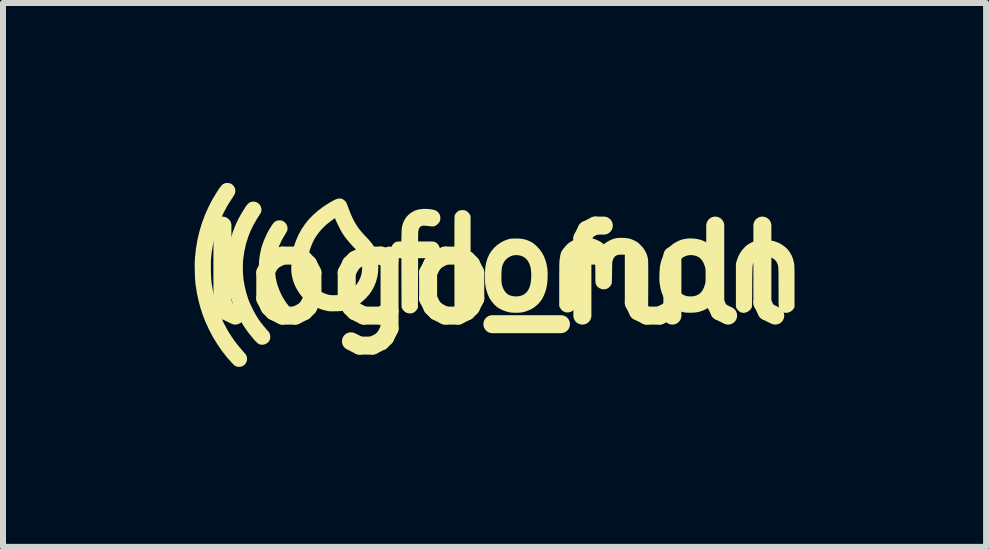
<source format=kicad_pcb>
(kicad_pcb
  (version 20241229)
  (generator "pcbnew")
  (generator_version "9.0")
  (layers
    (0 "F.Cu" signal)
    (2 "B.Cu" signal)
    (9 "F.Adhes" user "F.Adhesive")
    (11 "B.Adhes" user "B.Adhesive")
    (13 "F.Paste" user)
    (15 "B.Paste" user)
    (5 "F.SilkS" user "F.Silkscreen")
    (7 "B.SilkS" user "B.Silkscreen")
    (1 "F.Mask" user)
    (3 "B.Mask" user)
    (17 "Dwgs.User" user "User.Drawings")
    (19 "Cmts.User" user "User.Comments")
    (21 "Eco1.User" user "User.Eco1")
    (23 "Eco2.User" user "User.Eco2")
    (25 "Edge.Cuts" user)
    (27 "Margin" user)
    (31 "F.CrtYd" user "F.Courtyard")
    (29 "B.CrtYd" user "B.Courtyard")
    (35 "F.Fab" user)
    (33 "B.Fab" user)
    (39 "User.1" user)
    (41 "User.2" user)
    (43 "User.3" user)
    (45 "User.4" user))
  (footprint "logo_full"
    (layer "F.Cu")
    (at 5.193 1.532)
    (property "Reference" "logo_full" (at 0 0 0) (layer "F.SilkS") (effects (font (size 1.5 1.5) (thickness 0.3))))
    (attr board_only exclude_from_pos_files exclude_from_bom)
    (fp_poly (pts (xy -0.507 -1.079) (xy -0.493 -1.076) (xy -0.48 -1.07) (xy -0.45 -1.052) (xy -0.426 -1.028) (xy -0.409 -1.001) (xy -0.399 -0.979) (xy -0.399 -0.224) (xy -0.399 0.531) (xy -0.409 0.551) (xy -0.429 0.581) (xy -0.45 0.603) (xy -0.476 0.617) (xy -0.507 0.624) (xy -0.529 0.626) (xy -0.55 0.627) (xy -0.565 0.626) (xy -0.578 0.623) (xy -0.591 0.618) (xy -0.592 0.617) (xy -0.624 0.598) (xy -0.647 0.576) (xy -0.657 0.56) (xy -0.668 0.54) (xy -0.669 -0.216) (xy -0.669 -0.332) (xy -0.669 -0.439) (xy -0.669 -0.536) (xy -0.669 -0.623) (xy -0.669 -0.702) (xy -0.669 -0.77) (xy -0.669 -0.83) (xy -0.668 -0.88) (xy -0.668 -0.921) (xy -0.667 -0.953) (xy -0.667 -0.975) (xy -0.666 -0.988) (xy -0.665 -0.991) (xy -0.658 -1.007) (xy -0.645 -1.026) (xy -0.628 -1.044) (xy -0.61 -1.06) (xy -0.598 -1.068) (xy -0.574 -1.076) (xy -0.542 -1.08) (xy -0.522 -1.08)) (stroke (width 0) (type solid)) (fill yes) (layer "F.SilkS"))
    (fp_poly (pts (xy -3.564 -0.908) (xy -3.549 -0.906) (xy -3.537 -0.902) (xy -3.523 -0.895) (xy -3.521 -0.894) (xy -3.492 -0.873) (xy -3.471 -0.846) (xy -3.456 -0.816) (xy -3.45 -0.783) (xy -3.453 -0.749) (xy -3.455 -0.74) (xy -3.459 -0.73) (xy -3.467 -0.714) (xy -3.479 -0.694) (xy -3.492 -0.671) (xy -3.498 -0.663) (xy -3.547 -0.577) (xy -3.588 -0.489) (xy -3.62 -0.399) (xy -3.642 -0.307) (xy -3.656 -0.214) (xy -3.661 -0.121) (xy -3.657 -0.028) (xy -3.644 0.065) (xy -3.622 0.157) (xy -3.59 0.247) (xy -3.554 0.328) (xy -3.513 0.402) (xy -3.467 0.471) (xy -3.417 0.534) (xy -3.409 0.543) (xy -3.386 0.571) (xy -3.369 0.595) (xy -3.358 0.617) (xy -3.352 0.639) (xy -3.351 0.658) (xy -3.353 0.688) (xy -3.36 0.714) (xy -3.374 0.738) (xy -3.379 0.744) (xy -3.402 0.767) (xy -3.43 0.784) (xy -3.463 0.793) (xy -3.496 0.795) (xy -3.511 0.792) (xy -3.53 0.787) (xy -3.548 0.778) (xy -3.567 0.764) (xy -3.588 0.745) (xy -3.612 0.719) (xy -3.624 0.705) (xy -3.691 0.621) (xy -3.75 0.531) (xy -3.801 0.436) (xy -3.844 0.337) (xy -3.879 0.234) (xy -3.905 0.127) (xy -3.923 0.019) (xy -3.926 -0.018) (xy -3.928 -0.061) (xy -3.928 -0.109) (xy -3.928 -0.158) (xy -3.926 -0.206) (xy -3.923 -0.25) (xy -3.918 -0.288) (xy -3.918 -0.293) (xy -3.911 -0.335) (xy -3.903 -0.377) (xy -3.894 -0.418) (xy -3.885 -0.455) (xy -3.876 -0.484) (xy -3.852 -0.555) (xy -3.822 -0.626) (xy -3.79 -0.695) (xy -3.755 -0.759) (xy -3.739 -0.784) (xy -3.72 -0.814) (xy -3.705 -0.837) (xy -3.693 -0.854) (xy -3.683 -0.867) (xy -3.673 -0.876) (xy -3.664 -0.884) (xy -3.653 -0.89) (xy -3.65 -0.892) (xy -3.635 -0.901) (xy -3.622 -0.905) (xy -3.608 -0.908) (xy -3.589 -0.908) (xy -3.584 -0.908)) (stroke (width 0) (type solid)) (fill yes) (layer "F.SilkS"))
    (fp_poly (pts (xy -3.992 -1.219) (xy -3.962 -1.209) (xy -3.935 -1.192) (xy -3.913 -1.17) (xy -3.897 -1.142) (xy -3.887 -1.111) (xy -3.885 -1.076) (xy -3.887 -1.065) (xy -3.888 -1.057) (xy -3.89 -1.05) (xy -3.893 -1.042) (xy -3.898 -1.032) (xy -3.906 -1.019) (xy -3.916 -1.002) (xy -3.931 -0.979) (xy -3.949 -0.95) (xy -3.956 -0.94) (xy -4.014 -0.841) (xy -4.065 -0.737) (xy -4.108 -0.628) (xy -4.143 -0.515) (xy -4.169 -0.398) (xy -4.187 -0.278) (xy -4.189 -0.267) (xy -4.192 -0.222) (xy -4.194 -0.17) (xy -4.195 -0.115) (xy -4.194 -0.058) (xy -4.191 -0.003) (xy -4.187 0.047) (xy -4.184 0.076) (xy -4.166 0.182) (xy -4.141 0.287) (xy -4.11 0.389) (xy -4.094 0.432) (xy -4.068 0.493) (xy -4.038 0.556) (xy -4.005 0.62) (xy -3.97 0.682) (xy -3.934 0.739) (xy -3.899 0.788) (xy -3.887 0.804) (xy -3.871 0.824) (xy -3.853 0.846) (xy -3.834 0.869) (xy -3.816 0.891) (xy -3.798 0.911) (xy -3.784 0.928) (xy -3.773 0.939) (xy -3.768 0.944) (xy -3.762 0.952) (xy -3.753 0.965) (xy -3.749 0.975) (xy -3.741 1) (xy -3.738 1.029) (xy -3.739 1.058) (xy -3.746 1.082) (xy -3.747 1.083) (xy -3.765 1.113) (xy -3.789 1.136) (xy -3.818 1.153) (xy -3.85 1.163) (xy -3.883 1.164) (xy -3.913 1.159) (xy -3.929 1.152) (xy -3.946 1.14) (xy -3.966 1.123) (xy -3.99 1.099) (xy -4.017 1.069) (xy -4.025 1.06) (xy -4.107 0.958) (xy -4.181 0.852) (xy -4.246 0.741) (xy -4.304 0.626) (xy -4.353 0.507) (xy -4.393 0.384) (xy -4.425 0.257) (xy -4.448 0.128) (xy -4.46 0.017) (xy -4.462 -0.02) (xy -4.464 -0.064) (xy -4.464 -0.111) (xy -4.463 -0.161) (xy -4.462 -0.21) (xy -4.459 -0.256) (xy -4.456 -0.298) (xy -4.453 -0.328) (xy -4.431 -0.459) (xy -4.403 -0.584) (xy -4.366 -0.704) (xy -4.322 -0.821) (xy -4.269 -0.934) (xy -4.208 -1.043) (xy -4.152 -1.131) (xy -4.131 -1.161) (xy -4.111 -1.183) (xy -4.093 -1.199) (xy -4.075 -1.21) (xy -4.06 -1.216) (xy -4.025 -1.222)) (stroke (width 0) (type solid)) (fill yes) (layer "F.SilkS"))
    (fp_poly (pts (xy -4.436 -1.532) (xy -4.403 -1.524) (xy -4.39 -1.518) (xy -4.363 -1.499) (xy -4.342 -1.475) (xy -4.328 -1.446) (xy -4.32 -1.415) (xy -4.321 -1.383) (xy -4.329 -1.352) (xy -4.333 -1.343) (xy -4.34 -1.331) (xy -4.351 -1.313) (xy -4.364 -1.292) (xy -4.379 -1.271) (xy -4.38 -1.268) (xy -4.452 -1.154) (xy -4.516 -1.035) (xy -4.573 -0.911) (xy -4.621 -0.783) (xy -4.66 -0.651) (xy -4.692 -0.516) (xy -4.714 -0.378) (xy -4.724 -0.284) (xy -4.726 -0.255) (xy -4.728 -0.219) (xy -4.728 -0.177) (xy -4.728 -0.131) (xy -4.728 -0.084) (xy -4.727 -0.037) (xy -4.725 0.009) (xy -4.723 0.051) (xy -4.721 0.087) (xy -4.718 0.117) (xy -4.718 0.123) (xy -4.694 0.266) (xy -4.663 0.405) (xy -4.622 0.54) (xy -4.574 0.671) (xy -4.517 0.797) (xy -4.451 0.92) (xy -4.431 0.954) (xy -4.385 1.026) (xy -4.336 1.097) (xy -4.282 1.167) (xy -4.223 1.238) (xy -4.191 1.274) (xy -4.168 1.301) (xy -4.15 1.323) (xy -4.138 1.341) (xy -4.131 1.358) (xy -4.127 1.375) (xy -4.125 1.394) (xy -4.125 1.401) (xy -4.129 1.435) (xy -4.141 1.465) (xy -4.16 1.491) (xy -4.184 1.511) (xy -4.212 1.526) (xy -4.244 1.533) (xy -4.277 1.532) (xy -4.308 1.524) (xy -4.323 1.517) (xy -4.337 1.507) (xy -4.353 1.492) (xy -4.37 1.475) (xy -4.458 1.377) (xy -4.541 1.271) (xy -4.619 1.158) (xy -4.692 1.039) (xy -4.758 0.915) (xy -4.817 0.786) (xy -4.818 0.785) (xy -4.862 0.671) (xy -4.902 0.55) (xy -4.935 0.425) (xy -4.962 0.297) (xy -4.982 0.172) (xy -4.987 0.129) (xy -4.991 0.078) (xy -4.994 0.023) (xy -4.996 -0.036) (xy -4.997 -0.096) (xy -4.998 -0.155) (xy -4.997 -0.21) (xy -4.995 -0.26) (xy -4.993 -0.287) (xy -4.977 -0.436) (xy -4.953 -0.583) (xy -4.919 -0.726) (xy -4.877 -0.866) (xy -4.825 -1.003) (xy -4.765 -1.138) (xy -4.76 -1.147) (xy -4.738 -1.19) (xy -4.715 -1.235) (xy -4.69 -1.279) (xy -4.664 -1.322) (xy -4.639 -1.363) (xy -4.615 -1.401) (xy -4.592 -1.436) (xy -4.571 -1.465) (xy -4.552 -1.488) (xy -4.537 -1.504) (xy -4.53 -1.51) (xy -4.502 -1.525) (xy -4.47 -1.532)) (stroke (width 0) (type solid)) (fill yes) (layer "F.SilkS"))
    (fp_poly (pts (xy -1.103 -1.098) (xy -1.036 -1.09) (xy -0.996 -1.08) (xy -0.964 -1.064) (xy -0.938 -1.042) (xy -0.918 -1.013) (xy -0.917 -1.011) (xy -0.91 -0.995) (xy -0.906 -0.98) (xy -0.904 -0.963) (xy -0.904 -0.946) (xy -0.904 -0.926) (xy -0.906 -0.912) (xy -0.91 -0.9) (xy -0.917 -0.887) (xy -0.92 -0.881) (xy -0.935 -0.86) (xy -0.954 -0.841) (xy -0.975 -0.825) (xy -0.995 -0.813) (xy -1.008 -0.809) (xy -1.019 -0.808) (xy -1.032 -0.808) (xy -1.049 -0.809) (xy -1.073 -0.811) (xy -1.103 -0.814) (xy -1.135 -0.818) (xy -1.169 -0.821) (xy -1.197 -0.82) (xy -1.218 -0.814) (xy -1.235 -0.804) (xy -1.25 -0.788) (xy -1.252 -0.785) (xy -1.26 -0.771) (xy -1.265 -0.754) (xy -1.27 -0.732) (xy -1.272 -0.704) (xy -1.274 -0.67) (xy -1.274 -0.634) (xy -1.274 -0.557) (xy -1.143 -0.557) (xy -1.105 -0.557) (xy -1.074 -0.557) (xy -1.051 -0.556) (xy -1.033 -0.556) (xy -1.02 -0.555) (xy -1.01 -0.553) (xy -1.002 -0.551) (xy -0.995 -0.549) (xy -0.988 -0.546) (xy -0.961 -0.528) (xy -0.938 -0.504) (xy -0.922 -0.476) (xy -0.912 -0.445) (xy -0.909 -0.414) (xy -0.914 -0.383) (xy -0.92 -0.366) (xy -0.93 -0.35) (xy -0.943 -0.332) (xy -0.956 -0.318) (xy -0.967 -0.307) (xy -0.978 -0.298) (xy -0.989 -0.292) (xy -1.003 -0.287) (xy -1.019 -0.283) (xy -1.04 -0.281) (xy -1.066 -0.279) (xy -1.099 -0.279) (xy -1.14 -0.278) (xy -1.152 -0.278) (xy -1.274 -0.278) (xy -1.275 0.133) (xy -1.277 0.545) (xy -1.289 0.569) (xy -1.309 0.598) (xy -1.336 0.621) (xy -1.357 0.633) (xy -1.38 0.64) (xy -1.408 0.642) (xy -1.437 0.64) (xy -1.463 0.633) (xy -1.47 0.63) (xy -1.498 0.612) (xy -1.522 0.588) (xy -1.54 0.562) (xy -1.55 0.54) (xy -1.552 0.132) (xy -1.553 -0.277) (xy -1.587 -0.279) (xy -1.626 -0.286) (xy -1.659 -0.299) (xy -1.686 -0.32) (xy -1.707 -0.349) (xy -1.716 -0.365) (xy -1.725 -0.396) (xy -1.727 -0.428) (xy -1.72 -0.461) (xy -1.707 -0.491) (xy -1.688 -0.517) (xy -1.663 -0.538) (xy -1.65 -0.546) (xy -1.632 -0.552) (xy -1.614 -0.556) (xy -1.591 -0.557) (xy -1.59 -0.557) (xy -1.554 -0.557) (xy -1.551 -0.667) (xy -1.55 -0.714) (xy -1.548 -0.753) (xy -1.545 -0.783) (xy -1.542 -0.804) (xy -1.541 -0.809) (xy -1.524 -0.867) (xy -1.499 -0.92) (xy -1.467 -0.967) (xy -1.429 -1.007) (xy -1.385 -1.041) (xy -1.336 -1.068) (xy -1.288 -1.085) (xy -1.232 -1.096) (xy -1.171 -1.101)) (stroke (width 0) (type solid)) (fill yes) (layer "F.SilkS"))
    (fp_poly (pts (xy 3.314 -0.607) (xy 3.385 -0.597) (xy 3.452 -0.579) (xy 3.514 -0.552) (xy 3.53 -0.544) (xy 3.556 -0.527) (xy 3.585 -0.504) (xy 3.615 -0.477) (xy 3.643 -0.448) (xy 3.668 -0.42) (xy 3.685 -0.396) (xy 3.721 -0.335) (xy 3.75 -0.267) (xy 3.772 -0.196) (xy 3.783 -0.149) (xy 3.787 -0.119) (xy 3.79 -0.083) (xy 3.793 -0.041) (xy 3.794 0.002) (xy 3.793 0.045) (xy 3.792 0.086) (xy 3.79 0.123) (xy 3.788 0.14) (xy 3.774 0.218) (xy 3.753 0.291) (xy 3.726 0.356) (xy 3.692 0.416) (xy 3.653 0.468) (xy 3.607 0.514) (xy 3.555 0.553) (xy 3.497 0.584) (xy 3.486 0.589) (xy 3.446 0.604) (xy 3.409 0.616) (xy 3.372 0.623) (xy 3.331 0.628) (xy 3.285 0.63) (xy 3.28 0.63) (xy 3.251 0.631) (xy 3.224 0.63) (xy 3.199 0.629) (xy 3.181 0.628) (xy 3.174 0.627) (xy 3.144 0.621) (xy 3.109 0.612) (xy 3.073 0.6) (xy 3.04 0.587) (xy 3.032 0.583) (xy 2.977 0.553) (xy 2.927 0.515) (xy 2.883 0.469) (xy 2.844 0.417) (xy 2.812 0.358) (xy 2.786 0.294) (xy 2.766 0.223) (xy 2.753 0.147) (xy 2.751 0.13) (xy 2.748 0.091) (xy 2.747 0.046) (xy 2.748 -0.002) (xy 2.748 -0.012) (xy 3.022 -0.012) (xy 3.022 0.059) (xy 3.027 0.121) (xy 3.037 0.176) (xy 3.053 0.224) (xy 3.073 0.264) (xy 3.1 0.297) (xy 3.131 0.323) (xy 3.168 0.342) (xy 3.195 0.351) (xy 3.22 0.356) (xy 3.249 0.358) (xy 3.281 0.358) (xy 3.312 0.356) (xy 3.337 0.352) (xy 3.339 0.351) (xy 3.38 0.336) (xy 3.416 0.314) (xy 3.447 0.285) (xy 3.472 0.248) (xy 3.493 0.203) (xy 3.507 0.158) (xy 3.511 0.143) (xy 3.514 0.129) (xy 3.516 0.115) (xy 3.517 0.098) (xy 3.518 0.078) (xy 3.518 0.052) (xy 3.518 0.018) (xy 3.518 0.009) (xy 3.518 -0.026) (xy 3.518 -0.053) (xy 3.517 -0.075) (xy 3.516 -0.091) (xy 3.514 -0.106) (xy 3.512 -0.118) (xy 3.508 -0.132) (xy 3.507 -0.137) (xy 3.489 -0.188) (xy 3.466 -0.231) (xy 3.439 -0.266) (xy 3.406 -0.294) (xy 3.368 -0.313) (xy 3.336 -0.323) (xy 3.287 -0.33) (xy 3.24 -0.328) (xy 3.194 -0.318) (xy 3.152 -0.299) (xy 3.115 -0.272) (xy 3.104 -0.262) (xy 3.078 -0.232) (xy 3.058 -0.196) (xy 3.042 -0.155) (xy 3.031 -0.107) (xy 3.024 -0.051) (xy 3.022 -0.012) (xy 2.748 -0.012) (xy 2.75 -0.05) (xy 2.753 -0.096) (xy 2.757 -0.137) (xy 2.76 -0.156) (xy 2.777 -0.23) (xy 2.802 -0.299) (xy 2.833 -0.361) (xy 2.872 -0.418) (xy 2.918 -0.468) (xy 2.97 -0.512) (xy 3.03 -0.549) (xy 3.059 -0.564) (xy 3.108 -0.584) (xy 3.156 -0.597) (xy 3.207 -0.605) (xy 3.24 -0.608)) (stroke (width 0) (type solid)) (fill yes) (layer "F.SilkS"))
    (fp_poly (pts (xy 0.399 -0.606) (xy 0.437 -0.603) (xy 0.47 -0.599) (xy 0.501 -0.592) (xy 0.533 -0.583) (xy 0.554 -0.575) (xy 0.596 -0.556) (xy 0.634 -0.535) (xy 0.67 -0.508) (xy 0.704 -0.477) (xy 0.753 -0.424) (xy 0.794 -0.366) (xy 0.827 -0.302) (xy 0.853 -0.232) (xy 0.87 -0.165) (xy 0.88 -0.104) (xy 0.885 -0.038) (xy 0.885 0.031) (xy 0.882 0.099) (xy 0.874 0.166) (xy 0.862 0.228) (xy 0.847 0.282) (xy 0.82 0.349) (xy 0.788 0.409) (xy 0.748 0.462) (xy 0.703 0.508) (xy 0.651 0.548) (xy 0.592 0.581) (xy 0.527 0.607) (xy 0.486 0.619) (xy 0.462 0.624) (xy 0.431 0.628) (xy 0.396 0.63) (xy 0.359 0.631) (xy 0.322 0.631) (xy 0.288 0.629) (xy 0.26 0.626) (xy 0.253 0.625) (xy 0.191 0.609) (xy 0.13 0.586) (xy 0.073 0.556) (xy 0.052 0.543) (xy 0.037 0.532) (xy 0.019 0.516) (xy 0.00041 0.498) (xy -0.012 0.485) (xy -0.051 0.438) (xy -0.084 0.388) (xy -0.11 0.332) (xy -0.131 0.269) (xy -0.137 0.249) (xy -0.144 0.217) (xy -0.15 0.188) (xy -0.155 0.16) (xy -0.158 0.13) (xy -0.159 0.097) (xy -0.16 0.059) (xy -0.16 0.051) (xy 0.114 0.051) (xy 0.115 0.092) (xy 0.118 0.127) (xy 0.122 0.158) (xy 0.129 0.186) (xy 0.139 0.212) (xy 0.149 0.236) (xy 0.167 0.267) (xy 0.189 0.295) (xy 0.215 0.319) (xy 0.236 0.333) (xy 0.267 0.345) (xy 0.304 0.354) (xy 0.344 0.358) (xy 0.384 0.358) (xy 0.42 0.353) (xy 0.427 0.351) (xy 0.471 0.336) (xy 0.508 0.313) (xy 0.54 0.282) (xy 0.566 0.245) (xy 0.585 0.199) (xy 0.587 0.194) (xy 0.599 0.151) (xy 0.607 0.1) (xy 0.611 0.047) (xy 0.612 -0.008) (xy 0.609 -0.061) (xy 0.603 -0.111) (xy 0.597 -0.139) (xy 0.58 -0.188) (xy 0.557 -0.23) (xy 0.528 -0.266) (xy 0.494 -0.294) (xy 0.455 -0.314) (xy 0.411 -0.326) (xy 0.365 -0.33) (xy 0.327 -0.328) (xy 0.292 -0.32) (xy 0.256 -0.305) (xy 0.249 -0.301) (xy 0.211 -0.276) (xy 0.179 -0.245) (xy 0.154 -0.208) (xy 0.148 -0.196) (xy 0.139 -0.174) (xy 0.131 -0.155) (xy 0.126 -0.135) (xy 0.122 -0.113) (xy 0.119 -0.088) (xy 0.117 -0.059) (xy 0.115 -0.022) (xy 0.115 0.002) (xy 0.114 0.051) (xy -0.16 0.051) (xy -0.16 0.022) (xy -0.159 -0.04) (xy -0.156 -0.094) (xy -0.151 -0.143) (xy -0.143 -0.188) (xy -0.132 -0.231) (xy -0.119 -0.273) (xy -0.113 -0.288) (xy -0.085 -0.347) (xy -0.049 -0.402) (xy -0.006 -0.452) (xy 0.043 -0.497) (xy 0.098 -0.536) (xy 0.158 -0.568) (xy 0.221 -0.592) (xy 0.227 -0.593) (xy 0.244 -0.598) (xy 0.259 -0.601) (xy 0.273 -0.604) (xy 0.29 -0.605) (xy 0.31 -0.606) (xy 0.337 -0.606) (xy 0.354 -0.606)) (stroke (width 0) (type solid)) (fill yes) (layer "F.SilkS"))
    (fp_poly (pts (xy 4.512 -0.588) (xy 4.535 -0.586) (xy 4.562 -0.582) (xy 4.589 -0.578) (xy 4.66 -0.562) (xy 4.725 -0.539) (xy 4.783 -0.509) (xy 4.835 -0.472) (xy 4.881 -0.43) (xy 4.919 -0.381) (xy 4.951 -0.326) (xy 4.975 -0.266) (xy 4.991 -0.2) (xy 4.991 -0.198) (xy 4.993 -0.188) (xy 4.995 -0.178) (xy 4.996 -0.166) (xy 4.997 -0.153) (xy 4.998 -0.137) (xy 4.998 -0.118) (xy 4.999 -0.095) (xy 4.999 -0.067) (xy 5 -0.033) (xy 5 0.006) (xy 5 0.053) (xy 5 0.107) (xy 5 0.17) (xy 5 0.193) (xy 5 0.536) (xy 4.99 0.555) (xy 4.973 0.58) (xy 4.95 0.601) (xy 4.922 0.618) (xy 4.888 0.63) (xy 4.855 0.633) (xy 4.824 0.628) (xy 4.795 0.615) (xy 4.771 0.594) (xy 4.752 0.565) (xy 4.743 0.545) (xy 4.741 0.539) (xy 4.739 0.533) (xy 4.738 0.526) (xy 4.737 0.517) (xy 4.736 0.505) (xy 4.735 0.49) (xy 4.735 0.472) (xy 4.734 0.448) (xy 4.734 0.419) (xy 4.734 0.384) (xy 4.734 0.342) (xy 4.734 0.292) (xy 4.734 0.234) (xy 4.734 0.201) (xy 4.733 0.134) (xy 4.733 0.077) (xy 4.733 0.027) (xy 4.733 -0.016) (xy 4.732 -0.052) (xy 4.731 -0.082) (xy 4.73 -0.107) (xy 4.729 -0.128) (xy 4.727 -0.145) (xy 4.724 -0.159) (xy 4.721 -0.171) (xy 4.717 -0.182) (xy 4.713 -0.191) (xy 4.708 -0.201) (xy 4.704 -0.209) (xy 4.682 -0.241) (xy 4.653 -0.267) (xy 4.617 -0.287) (xy 4.574 -0.303) (xy 4.543 -0.31) (xy 4.501 -0.314) (xy 4.461 -0.31) (xy 4.422 -0.299) (xy 4.388 -0.282) (xy 4.357 -0.259) (xy 4.334 -0.232) (xy 4.325 -0.217) (xy 4.32 -0.207) (xy 4.316 -0.198) (xy 4.312 -0.189) (xy 4.308 -0.18) (xy 4.305 -0.171) (xy 4.303 -0.16) (xy 4.301 -0.146) (xy 4.3 -0.129) (xy 4.299 -0.109) (xy 4.298 -0.084) (xy 4.297 -0.054) (xy 4.296 -0.017) (xy 4.296 0.025) (xy 4.295 0.075) (xy 4.295 0.134) (xy 4.295 0.193) (xy 4.294 0.258) (xy 4.294 0.315) (xy 4.293 0.363) (xy 4.293 0.404) (xy 4.293 0.438) (xy 4.292 0.466) (xy 4.292 0.488) (xy 4.291 0.506) (xy 4.29 0.52) (xy 4.289 0.53) (xy 4.288 0.538) (xy 4.287 0.544) (xy 4.285 0.548) (xy 4.283 0.552) (xy 4.282 0.555) (xy 4.264 0.579) (xy 4.239 0.601) (xy 4.209 0.619) (xy 4.177 0.63) (xy 4.144 0.633) (xy 4.111 0.626) (xy 4.099 0.621) (xy 4.071 0.603) (xy 4.048 0.577) (xy 4.034 0.556) (xy 4.023 0.536) (xy 4.023 0.175) (xy 4.023 -0.186) (xy 4.036 -0.234) (xy 4.059 -0.299) (xy 4.09 -0.36) (xy 4.129 -0.417) (xy 4.176 -0.468) (xy 4.184 -0.476) (xy 4.23 -0.512) (xy 4.283 -0.541) (xy 4.341 -0.564) (xy 4.406 -0.579) (xy 4.448 -0.585) (xy 4.471 -0.588) (xy 4.491 -0.589)) (stroke (width 0) (type solid)) (fill yes) (layer "F.SilkS"))
    (fp_poly (pts (xy -2.562 -1.272) (xy -2.532 -1.263) (xy -2.505 -1.244) (xy -2.494 -1.235) (xy -2.485 -1.225) (xy -2.478 -1.217) (xy -2.472 -1.207) (xy -2.466 -1.194) (xy -2.459 -1.177) (xy -2.45 -1.154) (xy -2.44 -1.128) (xy -2.413 -1.054) (xy -2.385 -0.988) (xy -2.357 -0.928) (xy -2.328 -0.873) (xy -2.296 -0.822) (xy -2.262 -0.772) (xy -2.223 -0.724) (xy -2.18 -0.675) (xy -2.146 -0.639) (xy -2.107 -0.598) (xy -2.075 -0.562) (xy -2.048 -0.529) (xy -2.026 -0.498) (xy -2.008 -0.469) (xy -1.993 -0.439) (xy -1.981 -0.407) (xy -1.971 -0.378) (xy -1.957 -0.324) (xy -1.947 -0.263) (xy -1.94 -0.198) (xy -1.938 -0.132) (xy -1.94 -0.067) (xy -1.947 -0.006) (xy -1.954 0.035) (xy -1.976 0.115) (xy -2.006 0.191) (xy -2.045 0.263) (xy -2.092 0.33) (xy -2.148 0.392) (xy -2.152 0.396) (xy -2.214 0.452) (xy -2.282 0.5) (xy -2.353 0.54) (xy -2.429 0.571) (xy -2.508 0.594) (xy -2.515 0.595) (xy -2.536 0.599) (xy -2.558 0.602) (xy -2.583 0.604) (xy -2.614 0.606) (xy -2.652 0.606) (xy -2.652 0.606) (xy -2.682 0.607) (xy -2.708 0.607) (xy -2.731 0.607) (xy -2.747 0.607) (xy -2.756 0.606) (xy -2.756 0.606) (xy -2.792 0.599) (xy -2.821 0.593) (xy -2.845 0.587) (xy -2.867 0.581) (xy -2.888 0.575) (xy -2.963 0.546) (xy -3.034 0.509) (xy -3.099 0.465) (xy -3.159 0.414) (xy -3.214 0.357) (xy -3.262 0.294) (xy -3.303 0.226) (xy -3.337 0.154) (xy -3.363 0.078) (xy -3.38 -0.002) (xy -3.384 -0.027) (xy -3.387 -0.055) (xy -3.388 -0.089) (xy -3.388 -0.109) (xy -3.117 -0.109) (xy -3.117 -0.082) (xy -3.116 -0.061) (xy -3.115 -0.045) (xy -3.114 -0.031) (xy -3.111 -0.019) (xy -3.108 -0.007) (xy -3.104 0.007) (xy -3.104 0.007) (xy -3.084 0.063) (xy -3.059 0.113) (xy -3.028 0.158) (xy -2.99 0.202) (xy -2.971 0.221) (xy -2.921 0.261) (xy -2.867 0.294) (xy -2.809 0.319) (xy -2.758 0.333) (xy -2.732 0.336) (xy -2.7 0.338) (xy -2.665 0.338) (xy -2.628 0.337) (xy -2.594 0.334) (xy -2.563 0.33) (xy -2.544 0.326) (xy -2.484 0.304) (xy -2.428 0.274) (xy -2.376 0.237) (xy -2.329 0.193) (xy -2.289 0.145) (xy -2.257 0.091) (xy -2.256 0.089) (xy -2.231 0.031) (xy -2.215 -0.03) (xy -2.207 -0.095) (xy -2.207 -0.165) (xy -2.209 -0.187) (xy -2.212 -0.226) (xy -2.217 -0.259) (xy -2.224 -0.288) (xy -2.232 -0.314) (xy -2.244 -0.338) (xy -2.26 -0.363) (xy -2.28 -0.389) (xy -2.306 -0.418) (xy -2.338 -0.452) (xy -2.346 -0.46) (xy -2.407 -0.526) (xy -2.46 -0.589) (xy -2.505 -0.648) (xy -2.538 -0.698) (xy -2.561 -0.738) (xy -2.584 -0.782) (xy -2.606 -0.825) (xy -2.626 -0.866) (xy -2.638 -0.894) (xy -2.647 -0.914) (xy -2.653 -0.929) (xy -2.658 -0.94) (xy -2.66 -0.943) (xy -2.664 -0.942) (xy -2.675 -0.935) (xy -2.69 -0.925) (xy -2.709 -0.911) (xy -2.731 -0.895) (xy -2.753 -0.878) (xy -2.774 -0.861) (xy -2.795 -0.845) (xy -2.804 -0.837) (xy -2.849 -0.795) (xy -2.894 -0.747) (xy -2.936 -0.697) (xy -2.964 -0.658) (xy -2.997 -0.607) (xy -3.027 -0.549) (xy -3.054 -0.485) (xy -3.078 -0.419) (xy -3.096 -0.351) (xy -3.104 -0.316) (xy -3.108 -0.294) (xy -3.111 -0.275) (xy -3.114 -0.257) (xy -3.115 -0.237) (xy -3.116 -0.215) (xy -3.117 -0.187) (xy -3.117 -0.153) (xy -3.117 -0.144) (xy -3.117 -0.109) (xy -3.388 -0.109) (xy -3.388 -0.129) (xy -3.387 -0.172) (xy -3.385 -0.216) (xy -3.382 -0.258) (xy -3.379 -0.297) (xy -3.375 -0.325) (xy -3.356 -0.423) (xy -3.33 -0.517) (xy -3.295 -0.608) (xy -3.267 -0.67) (xy -3.218 -0.759) (xy -3.161 -0.844) (xy -3.096 -0.925) (xy -3.022 -1.001) (xy -2.94 -1.073) (xy -2.85 -1.14) (xy -2.795 -1.176) (xy -2.745 -1.207) (xy -2.7 -1.233) (xy -2.662 -1.252) (xy -2.63 -1.265) (xy -2.605 -1.272) (xy -2.597 -1.273)) (stroke (width 0) (type solid)) (fill yes) (layer "F.SilkS"))
    (fp_poly (pts (xy 1.566 -0.617) (xy 1.602 -0.614) (xy 1.618 -0.611) (xy 1.663 -0.599) (xy 1.708 -0.582) (xy 1.75 -0.561) (xy 1.786 -0.538) (xy 1.803 -0.525) (xy 1.82 -0.51) (xy 1.848 -0.531) (xy 1.88 -0.553) (xy 1.917 -0.573) (xy 1.954 -0.59) (xy 1.977 -0.599) (xy 2.006 -0.607) (xy 2.032 -0.613) (xy 2.058 -0.616) (xy 2.088 -0.618) (xy 2.123 -0.617) (xy 2.139 -0.617) (xy 2.182 -0.615) (xy 2.219 -0.611) (xy 2.251 -0.604) (xy 2.282 -0.594) (xy 2.315 -0.58) (xy 2.336 -0.57) (xy 2.359 -0.558) (xy 2.378 -0.547) (xy 2.394 -0.535) (xy 2.412 -0.519) (xy 2.428 -0.503) (xy 2.471 -0.457) (xy 2.504 -0.41) (xy 2.529 -0.362) (xy 2.547 -0.312) (xy 2.558 -0.261) (xy 2.559 -0.248) (xy 2.56 -0.228) (xy 2.561 -0.199) (xy 2.561 -0.161) (xy 2.562 -0.115) (xy 2.562 -0.061) (xy 2.562 0.003) (xy 2.562 0.076) (xy 2.562 0.149) (xy 2.56 0.521) (xy 2.547 0.548) (xy 2.528 0.578) (xy 2.503 0.601) (xy 2.481 0.615) (xy 2.459 0.622) (xy 2.431 0.626) (xy 2.403 0.625) (xy 2.377 0.619) (xy 2.364 0.614) (xy 2.338 0.597) (xy 2.315 0.575) (xy 2.297 0.551) (xy 2.297 0.55) (xy 2.295 0.546) (xy 2.293 0.542) (xy 2.292 0.538) (xy 2.291 0.532) (xy 2.29 0.523) (xy 2.289 0.512) (xy 2.288 0.498) (xy 2.287 0.479) (xy 2.287 0.456) (xy 2.286 0.427) (xy 2.286 0.392) (xy 2.286 0.351) (xy 2.285 0.302) (xy 2.285 0.245) (xy 2.284 0.18) (xy 2.284 0.16) (xy 2.284 0.093) (xy 2.283 0.034) (xy 2.283 -0.017) (xy 2.283 -0.061) (xy 2.282 -0.098) (xy 2.282 -0.128) (xy 2.281 -0.153) (xy 2.28 -0.174) (xy 2.28 -0.19) (xy 2.279 -0.203) (xy 2.278 -0.213) (xy 2.277 -0.221) (xy 2.275 -0.228) (xy 2.274 -0.234) (xy 2.272 -0.24) (xy 2.271 -0.242) (xy 2.262 -0.262) (xy 2.251 -0.283) (xy 2.242 -0.297) (xy 2.228 -0.312) (xy 2.214 -0.323) (xy 2.197 -0.33) (xy 2.176 -0.335) (xy 2.149 -0.337) (xy 2.119 -0.337) (xy 2.094 -0.337) (xy 2.076 -0.337) (xy 2.063 -0.335) (xy 2.052 -0.332) (xy 2.041 -0.328) (xy 2.033 -0.324) (xy 2.013 -0.312) (xy 1.998 -0.298) (xy 1.985 -0.278) (xy 1.973 -0.252) (xy 1.972 -0.247) (xy 1.969 -0.24) (xy 1.967 -0.232) (xy 1.965 -0.224) (xy 1.963 -0.213) (xy 1.962 -0.199) (xy 1.961 -0.181) (xy 1.961 -0.157) (xy 1.96 -0.128) (xy 1.959 -0.091) (xy 1.959 -0.046) (xy 1.959 -0.04) (xy 1.958 0.006) (xy 1.957 0.044) (xy 1.957 0.074) (xy 1.956 0.098) (xy 1.955 0.116) (xy 1.954 0.13) (xy 1.953 0.14) (xy 1.951 0.148) (xy 1.949 0.154) (xy 1.946 0.16) (xy 1.946 0.161) (xy 1.929 0.188) (xy 1.905 0.211) (xy 1.877 0.229) (xy 1.847 0.239) (xy 1.815 0.241) (xy 1.783 0.236) (xy 1.753 0.224) (xy 1.727 0.207) (xy 1.705 0.184) (xy 1.69 0.157) (xy 1.687 0.149) (xy 1.685 0.14) (xy 1.683 0.129) (xy 1.682 0.113) (xy 1.681 0.092) (xy 1.681 0.065) (xy 1.68 0.032) (xy 1.68 -0.01) (xy 1.68 -0.03) (xy 1.68 -0.08) (xy 1.679 -0.121) (xy 1.678 -0.155) (xy 1.677 -0.183) (xy 1.675 -0.206) (xy 1.672 -0.225) (xy 1.668 -0.24) (xy 1.664 -0.254) (xy 1.658 -0.266) (xy 1.657 -0.268) (xy 1.642 -0.294) (xy 1.625 -0.313) (xy 1.604 -0.326) (xy 1.578 -0.334) (xy 1.546 -0.338) (xy 1.533 -0.339) (xy 1.493 -0.339) (xy 1.459 -0.334) (xy 1.433 -0.324) (xy 1.411 -0.308) (xy 1.393 -0.287) (xy 1.383 -0.269) (xy 1.378 -0.259) (xy 1.373 -0.25) (xy 1.369 -0.241) (xy 1.366 -0.232) (xy 1.363 -0.222) (xy 1.361 -0.21) (xy 1.359 -0.195) (xy 1.358 -0.178) (xy 1.357 -0.156) (xy 1.356 -0.131) (xy 1.355 -0.099) (xy 1.355 -0.062) (xy 1.355 -0.019) (xy 1.354 0.032) (xy 1.354 0.091) (xy 1.354 0.158) (xy 1.354 0.167) (xy 1.354 0.527) (xy 1.342 0.551) (xy 1.324 0.579) (xy 1.299 0.601) (xy 1.269 0.616) (xy 1.237 0.625) (xy 1.203 0.626) (xy 1.171 0.62) (xy 1.168 0.618) (xy 1.136 0.601) (xy 1.11 0.576) (xy 1.092 0.549) (xy 1.078 0.521) (xy 1.078 0.146) (xy 1.078 0.076) (xy 1.078 0.014) (xy 1.079 -0.039) (xy 1.079 -0.086) (xy 1.079 -0.125) (xy 1.08 -0.159) (xy 1.08 -0.188) (xy 1.081 -0.212) (xy 1.083 -0.233) (xy 1.084 -0.25) (xy 1.086 -0.266) (xy 1.088 -0.28) (xy 1.091 -0.293) (xy 1.094 -0.305) (xy 1.098 -0.319) (xy 1.102 -0.334) (xy 1.102 -0.334) (xy 1.121 -0.384) (xy 1.148 -0.433) (xy 1.181 -0.478) (xy 1.219 -0.517) (xy 1.256 -0.545) (xy 1.297 -0.569) (xy 1.344 -0.589) (xy 1.393 -0.605) (xy 1.413 -0.609) (xy 1.446 -0.614) (xy 1.485 -0.617) (xy 1.526 -0.618)) (stroke (width 0) (type solid)) (fill yes) (layer "F.SilkS")))
  (gr_rect
    (start -3 -3)
    (end 13.386 6.065)
    (stroke (width 0.1) (type default))
    (fill no)
    (layer "Edge.Cuts")))
</source>
